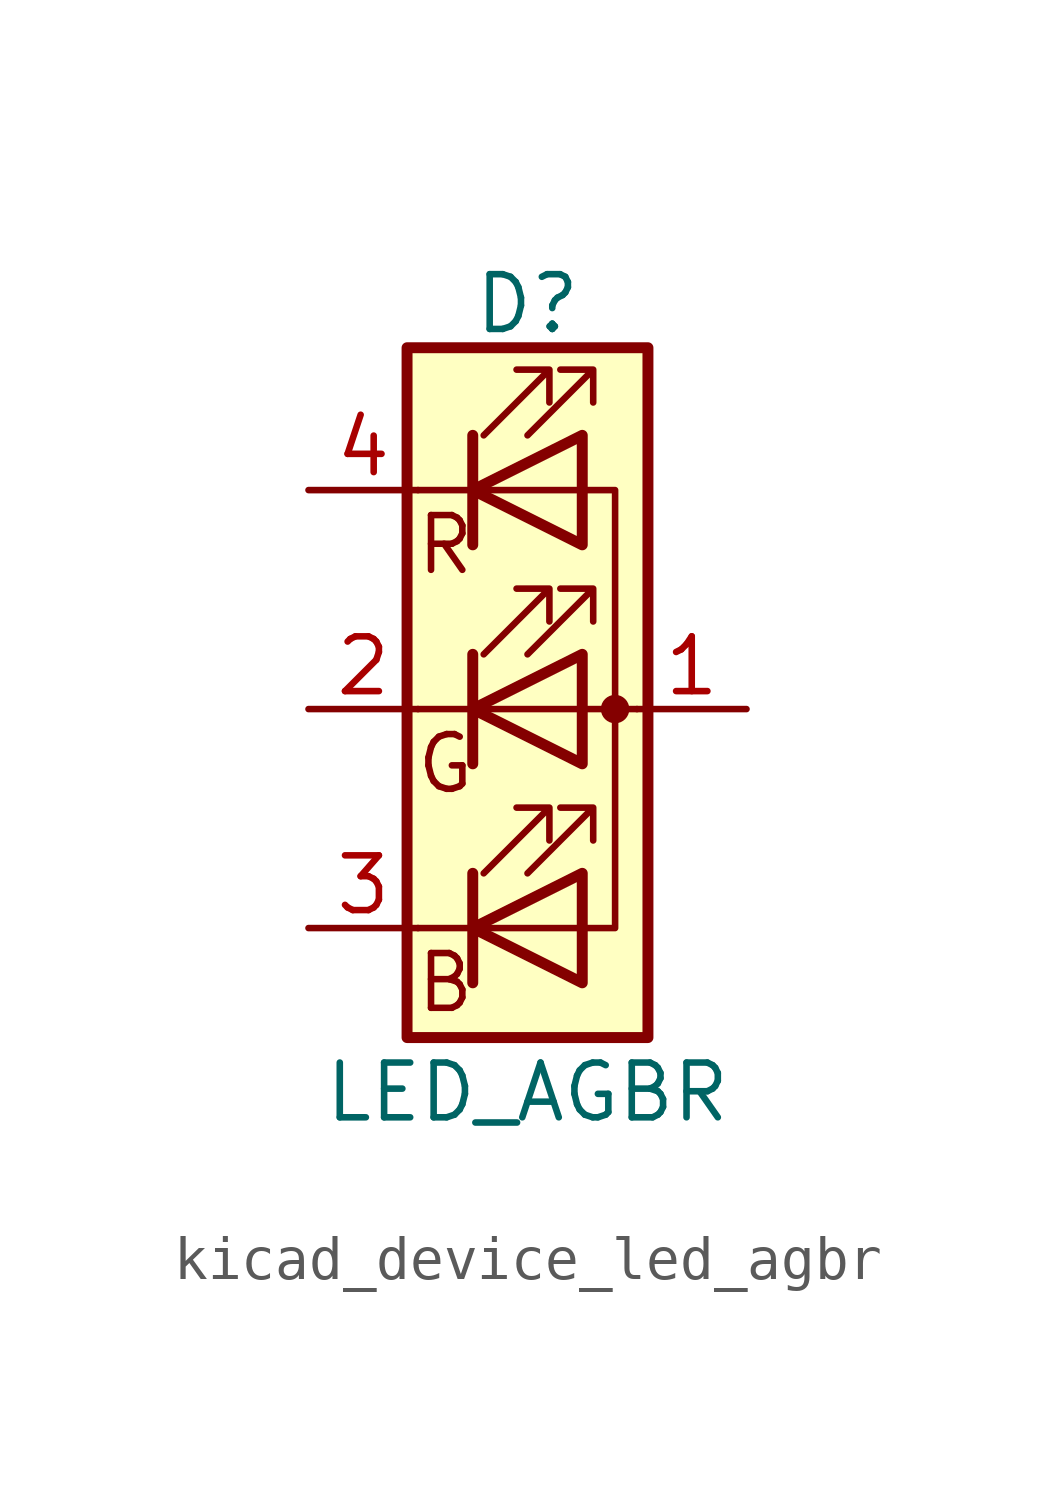
<source format=kicad_sym>
(kicad_symbol_lib
  (version 20220914)
  (generator kicad_symbol_editor)
  (symbol "kicad_device_led_agbr"
    (pin_names
      (offset 0) hide)
    (property "Reference" "D"
      (at 0 9.398 0)
      (effects (font (size 1.27 1.27))))
    (property "Value" "LED_AGBR"
      (at 0 -8.89 0)
      (effects (font (size 1.27 1.27))))
    (symbol "kicad_device_led_agbr_0_0"
      (text "B" (at -1.905 -6.35 0) (effects (font (size 1.27 1.27))))
      (text "G" (at -1.905 -1.27 0) (effects (font (size 1.27 1.27))))
      (text "R" (at -1.905 3.81 0) (effects (font (size 1.27 1.27)))))
    (symbol "kicad_device_led_agbr_0_1"
      (polyline (pts (xy -1.27 -5.08) (xy -2.54 -5.08)) (stroke (width 0) (type default)) (fill (type none)))
      (polyline (pts (xy -1.27 -5.08) (xy 1.27 -5.08)) (stroke (width 0) (type default)) (fill (type none)))
      (polyline (pts (xy -1.27 -3.81) (xy -1.27 -6.35)) (stroke (width 0.254) (type default)) (fill (type none)))
      (polyline (pts (xy -1.27 0) (xy -2.54 0)) (stroke (width 0) (type default)) (fill (type none)))
      (polyline (pts (xy -1.27 1.27) (xy -1.27 -1.27)) (stroke (width 0.254) (type default)) (fill (type none)))
      (polyline (pts (xy -1.27 5.08) (xy -2.54 5.08)) (stroke (width 0) (type default)) (fill (type none)))
      (polyline (pts (xy -1.27 5.08) (xy 1.27 5.08)) (stroke (width 0) (type default)) (fill (type none)))
      (polyline (pts (xy -1.27 6.35) (xy -1.27 3.81)) (stroke (width 0.254) (type default)) (fill (type none)))
      (polyline (pts (xy 1.27 0) (xy -1.27 0)) (stroke (width 0) (type default)) (fill (type none)))
      (polyline (pts (xy 1.27 0) (xy 2.54 0)) (stroke (width 0) (type default)) (fill (type none)))
      (polyline (pts (xy -1.27 1.27) (xy -1.27 -1.27) (xy -1.27 -1.27)) (stroke (width 0) (type default)) (fill (type none)))
      (polyline (pts (xy -1.27 6.35) (xy -1.27 3.81) (xy -1.27 3.81)) (stroke (width 0) (type default)) (fill (type none)))
      (polyline (pts (xy 1.27 -5.08) (xy 2.032 -5.08) (xy 2.032 5.08) (xy 1.27 5.08)) (stroke (width 0) (type default)) (fill (type none)))
      (polyline (pts (xy 1.27 -3.81) (xy 1.27 -6.35) (xy -1.27 -5.08) (xy 1.27 -3.81)) (stroke (width 0.254) (type default)) (fill (type none)))
      (polyline (pts (xy 1.27 1.27) (xy 1.27 -1.27) (xy -1.27 0) (xy 1.27 1.27)) (stroke (width 0.254) (type default)) (fill (type none)))
      (polyline (pts (xy 1.27 6.35) (xy 1.27 3.81) (xy -1.27 5.08) (xy 1.27 6.35)) (stroke (width 0.254) (type default)) (fill (type none)))
      (polyline (pts (xy -1.016 -3.81) (xy 0.508 -2.286) (xy -0.254 -2.286) (xy 0.508 -2.286) (xy 0.508 -3.048)) (stroke (width 0) (type default)) (fill (type none)))
      (polyline (pts (xy -1.016 1.27) (xy 0.508 2.794) (xy -0.254 2.794) (xy 0.508 2.794) (xy 0.508 2.032)) (stroke (width 0) (type default)) (fill (type none)))
      (polyline (pts (xy -1.016 6.35) (xy 0.508 7.874) (xy -0.254 7.874) (xy 0.508 7.874) (xy 0.508 7.112)) (stroke (width 0) (type default)) (fill (type none)))
      (polyline (pts (xy 0 -3.81) (xy 1.524 -2.286) (xy 0.762 -2.286) (xy 1.524 -2.286) (xy 1.524 -3.048)) (stroke (width 0) (type default)) (fill (type none)))
      (polyline (pts (xy 0 1.27) (xy 1.524 2.794) (xy 0.762 2.794) (xy 1.524 2.794) (xy 1.524 2.032)) (stroke (width 0) (type default)) (fill (type none)))
      (polyline (pts (xy 0 6.35) (xy 1.524 7.874) (xy 0.762 7.874) (xy 1.524 7.874) (xy 1.524 7.112)) (stroke (width 0) (type default)) (fill (type none)))
      (rectangle (start 1.27 -1.27) (end 1.27 1.27) (stroke (width 0) (type default)) (fill (type none)))
      (rectangle (start 1.27 1.27) (end 1.27 1.27) (stroke (width 0) (type default)) (fill (type none)))
      (rectangle (start 1.27 3.81) (end 1.27 6.35) (stroke (width 0) (type default)) (fill (type none)))
      (rectangle (start 1.27 6.35) (end 1.27 6.35) (stroke (width 0) (type default)) (fill (type none)))
      (circle (center 2.032 0) (radius 0.254) (stroke (width 0) (type default)) (fill (type outline)))
      (rectangle (start 2.794 8.382) (end -2.794 -7.62) (stroke (width 0.254) (type default)) (fill (type background))))
    (symbol "kicad_device_led_agbr_1_1"
      (pin passive line (at 5.08 0 180) (length 2.54) (name "A" (effects (font (size 1.27 1.27)))) (number "1" (effects (font (size 1.27 1.27)))))
      (pin passive line (at -5.08 0 0) (length 2.54) (name "GK" (effects (font (size 1.27 1.27)))) (number "2" (effects (font (size 1.27 1.27)))))
      (pin passive line (at -5.08 -5.08 0) (length 2.54) (name "BK" (effects (font (size 1.27 1.27)))) (number "3" (effects (font (size 1.27 1.27)))))
      (pin passive line (at -5.08 5.08 0) (length 2.54) (name "RK" (effects (font (size 1.27 1.27)))) (number "4" (effects (font (size 1.27 1.27))))))))
</source>
